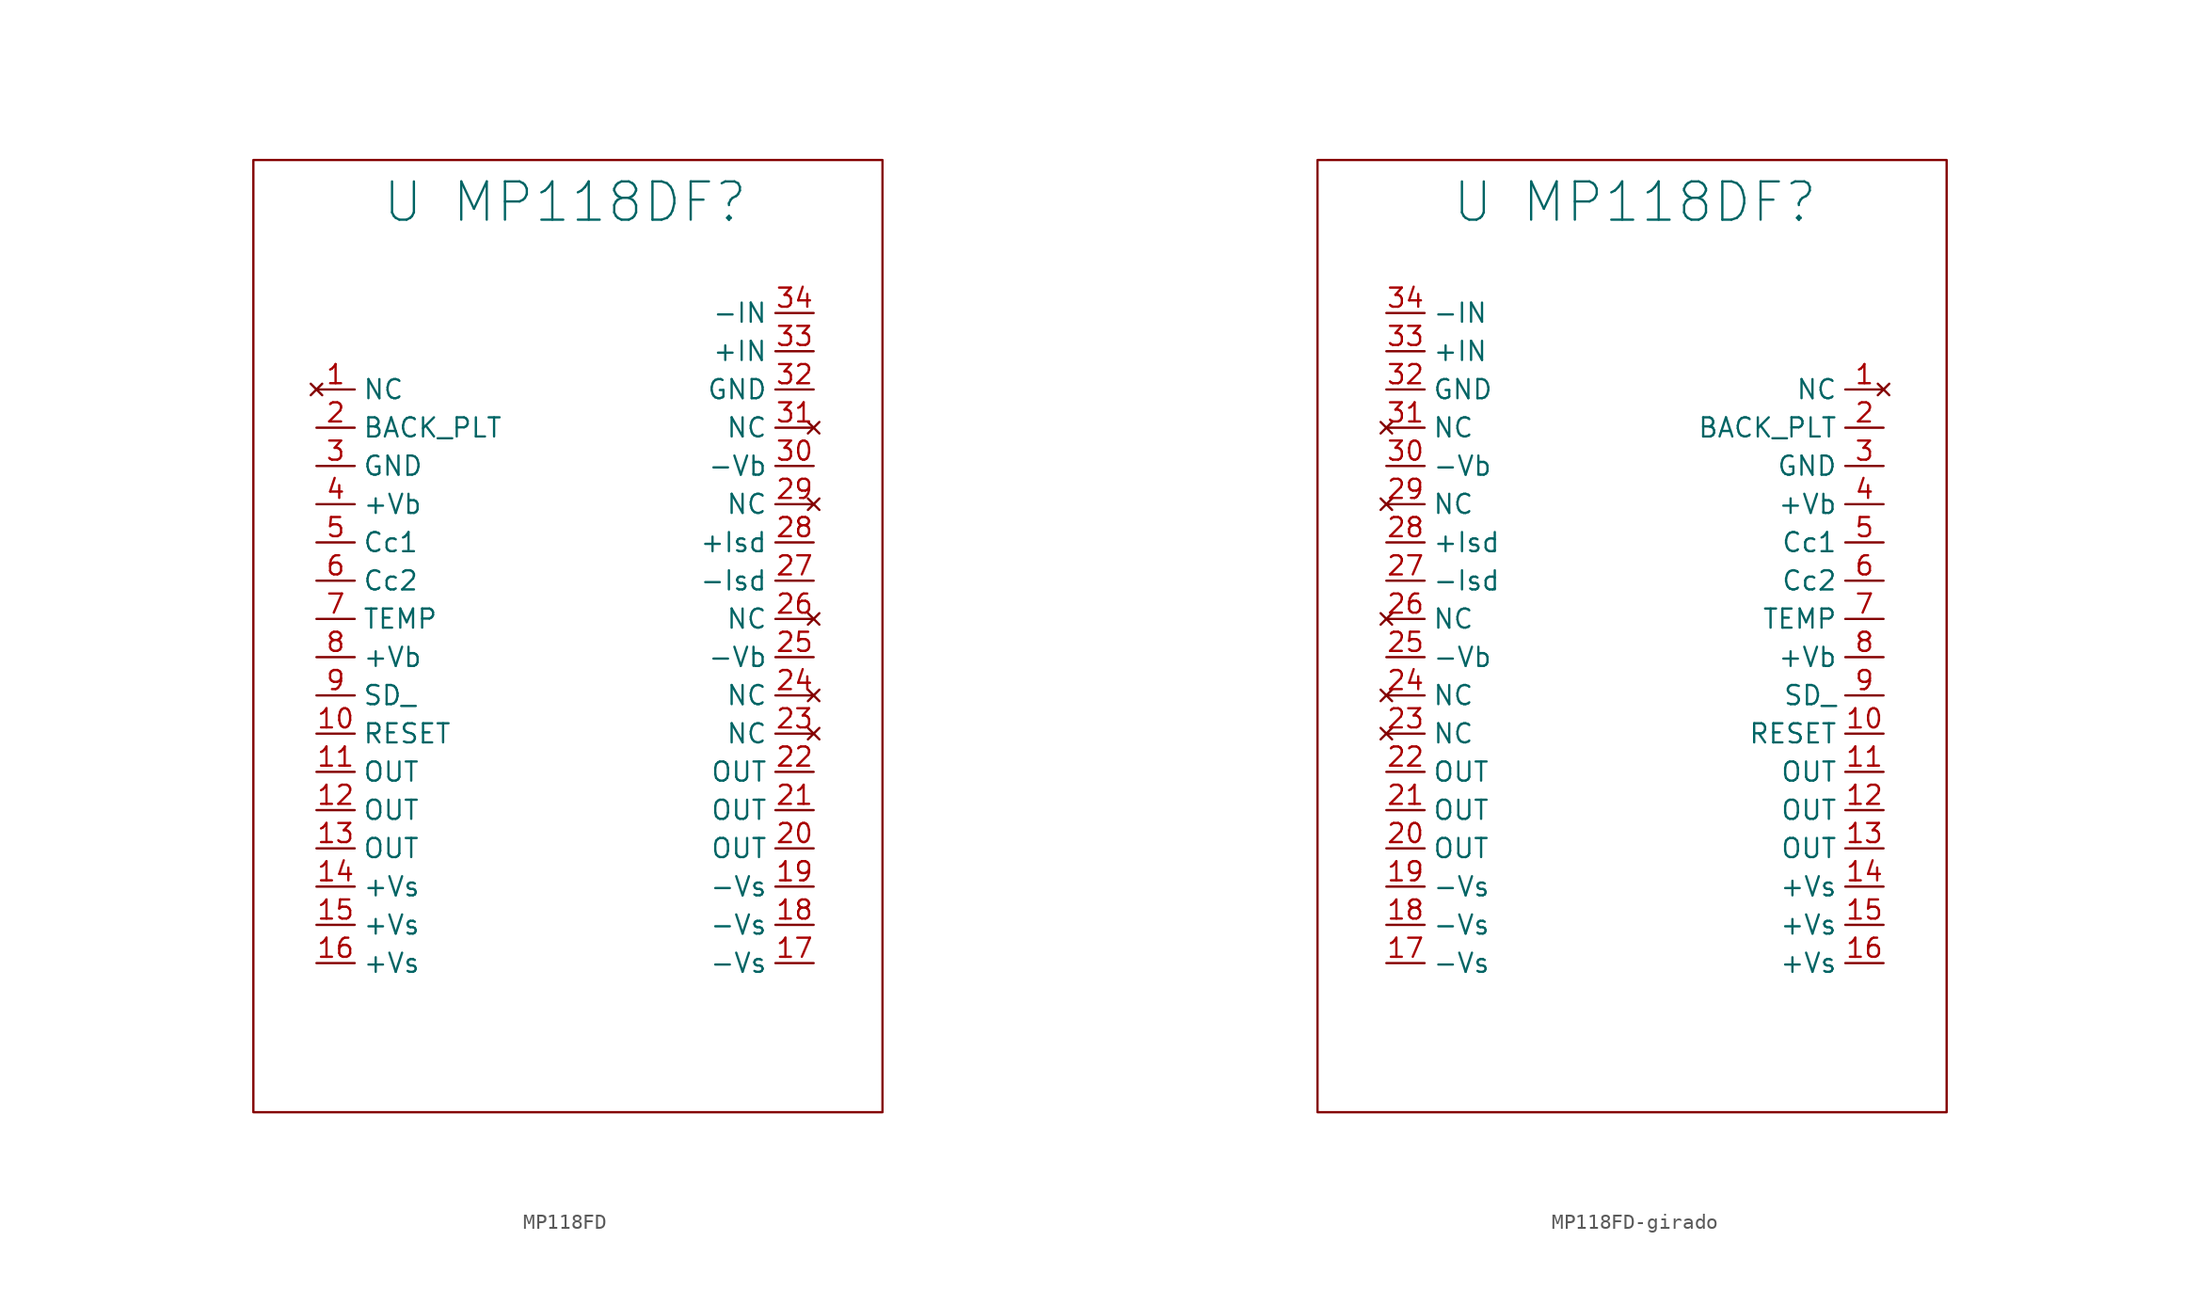
<source format=kicad_sym>
(kicad_symbol_lib
  (version 20241209)
  (generator "kicad_symbol_editor")
  (generator_version "9.0")
  (symbol "MP118FD"
    (property "Reference" "U MP118DF"
      (at 20.32 -2.794 0)
      (effects (font (face "KiCad Font") (size 2.54 2.54))))
    (property "Value" ""
      (at 0 0 0)
      (effects (font (size 1.27 1.27))))
    (symbol "MP118FD_0_1"
      (rectangle (start -0.381 0) (end 41.402 -63.246) (stroke (width 0) (type default)) (fill (type none))))
    (symbol "MP118FD_1_1"
      (polyline private (pts (xy -7.62 -31.75) (xy 48.26 -31.75)) (stroke (width 0) (type dash_dot)) (fill (type none)))
      (polyline private (pts (xy 3.81 -6.35) (xy 36.83 -6.35)) (stroke (width 0) (type solid)) (fill (type none)))
      (pin no_connect line (at 3.81 -15.24 0) (length 2.54) (name "NC" (effects (font (size 1.27 1.27)))) (number "1" (effects (font (size 1.27 1.27)))))
      (pin passive line (at 3.81 -17.78 0) (length 2.54) (name "BACK_PLT" (effects (font (size 1.27 1.27)))) (number "2" (effects (font (size 1.27 1.27)))))
      (pin input line (at 3.81 -20.32 0) (length 2.54) (name "GND" (effects (font (size 1.27 1.27)))) (number "3" (effects (font (size 1.27 1.27)))))
      (pin input line (at 3.81 -22.86 0) (length 2.54) (name "+Vb" (effects (font (size 1.27 1.27)))) (number "4" (effects (font (size 1.27 1.27)))))
      (pin input line (at 3.81 -25.4 0) (length 2.54) (name "Cc1" (effects (font (size 1.27 1.27)))) (number "5" (effects (font (size 1.27 1.27)))))
      (pin input line (at 3.81 -27.94 0) (length 2.54) (name "Cc2" (effects (font (size 1.27 1.27)))) (number "6" (effects (font (size 1.27 1.27)))))
      (pin output line (at 3.81 -30.48 0) (length 2.54) (name "TEMP" (effects (font (size 1.27 1.27)))) (number "7" (effects (font (size 1.27 1.27)))))
      (pin input line (at 3.81 -33.02 0) (length 2.54) (name "+Vb" (effects (font (size 1.27 1.27)))) (number "8" (effects (font (size 1.27 1.27)))))
      (pin input line (at 3.81 -35.56 0) (length 2.54) (name "SD_" (effects (font (size 1.27 1.27)))) (number "9" (effects (font (size 1.27 1.27)))))
      (pin input line (at 3.81 -38.1 0) (length 2.54) (name "RESET" (effects (font (size 1.27 1.27)))) (number "10" (effects (font (size 1.27 1.27)))))
      (pin output line (at 3.81 -40.64 0) (length 2.54) (name "OUT" (effects (font (size 1.27 1.27)))) (number "11" (effects (font (size 1.27 1.27)))))
      (pin output line (at 3.81 -43.18 0) (length 2.54) (name "OUT" (effects (font (size 1.27 1.27)))) (number "12" (effects (font (size 1.27 1.27)))))
      (pin output line (at 3.81 -45.72 0) (length 2.54) (name "OUT" (effects (font (size 1.27 1.27)))) (number "13" (effects (font (size 1.27 1.27)))))
      (pin power_in line (at 3.81 -48.26 0) (length 2.54) (name "+Vs" (effects (font (size 1.27 1.27)))) (number "14" (effects (font (size 1.27 1.27)))))
      (pin power_in line (at 3.81 -50.8 0) (length 2.54) (name "+Vs" (effects (font (size 1.27 1.27)))) (number "15" (effects (font (size 1.27 1.27)))))
      (pin power_in line (at 3.81 -53.34 0) (length 2.54) (name "+Vs" (effects (font (size 1.27 1.27)))) (number "16" (effects (font (size 1.27 1.27)))))
      (pin input line (at 36.83 -10.16 180) (length 2.54) (name "-IN" (effects (font (size 1.27 1.27)))) (number "34" (effects (font (size 1.27 1.27)))))
      (pin input line (at 36.83 -12.7 180) (length 2.54) (name "+IN" (effects (font (size 1.27 1.27)))) (number "33" (effects (font (size 1.27 1.27)))))
      (pin input line (at 36.83 -15.24 180) (length 2.54) (name "GND" (effects (font (size 1.27 1.27)))) (number "32" (effects (font (size 1.27 1.27)))))
      (pin no_connect line (at 36.83 -17.78 180) (length 2.54) (name "NC" (effects (font (size 1.27 1.27)))) (number "31" (effects (font (size 1.27 1.27)))))
      (pin input line (at 36.83 -20.32 180) (length 2.54) (name "-Vb" (effects (font (size 1.27 1.27)))) (number "30" (effects (font (size 1.27 1.27)))))
      (pin no_connect line (at 36.83 -22.86 180) (length 2.54) (name "NC" (effects (font (size 1.27 1.27)))) (number "29" (effects (font (size 1.27 1.27)))))
      (pin input line (at 36.83 -25.4 180) (length 2.54) (name "+Isd" (effects (font (size 1.27 1.27)))) (number "28" (effects (font (size 1.27 1.27)))))
      (pin input line (at 36.83 -27.94 180) (length 2.54) (name "-Isd" (effects (font (size 1.27 1.27)))) (number "27" (effects (font (size 1.27 1.27)))))
      (pin no_connect line (at 36.83 -30.48 180) (length 2.54) (name "NC" (effects (font (size 1.27 1.27)))) (number "26" (effects (font (size 1.27 1.27)))))
      (pin input line (at 36.83 -33.02 180) (length 2.54) (name "-Vb" (effects (font (size 1.27 1.27)))) (number "25" (effects (font (size 1.27 1.27)))))
      (pin no_connect line (at 36.83 -35.56 180) (length 2.54) (name "NC" (effects (font (size 1.27 1.27)))) (number "24" (effects (font (size 1.27 1.27)))))
      (pin no_connect line (at 36.83 -38.1 180) (length 2.54) (name "NC" (effects (font (size 1.27 1.27)))) (number "23" (effects (font (size 1.27 1.27)))))
      (pin output line (at 36.83 -40.64 180) (length 2.54) (name "OUT" (effects (font (size 1.27 1.27)))) (number "22" (effects (font (size 1.27 1.27)))))
      (pin output line (at 36.83 -43.18 180) (length 2.54) (name "OUT" (effects (font (size 1.27 1.27)))) (number "21" (effects (font (size 1.27 1.27)))))
      (pin output line (at 36.83 -45.72 180) (length 2.54) (name "OUT" (effects (font (size 1.27 1.27)))) (number "20" (effects (font (size 1.27 1.27)))))
      (pin power_in line (at 36.83 -48.26 180) (length 2.54) (name "-Vs" (effects (font (size 1.27 1.27)))) (number "19" (effects (font (size 1.27 1.27)))))
      (pin power_in line (at 36.83 -50.8 180) (length 2.54) (name "-Vs" (effects (font (size 1.27 1.27)))) (number "18" (effects (font (size 1.27 1.27)))))
      (pin power_in line (at 36.83 -53.34 180) (length 2.54) (name "-Vs" (effects (font (size 1.27 1.27)))) (number "17" (effects (font (size 1.27 1.27)))))))
  (symbol "MP118FD-girado"
    (property "Reference" "U MP118DF"
      (at 20.32 -2.794 0)
      (effects (font (face "KiCad Font") (size 2.54 2.54))))
    (property "Value" ""
      (at 0 0 0)
      (effects (font (size 1.27 1.27))))
    (symbol "MP118FD-girado_0_1"
      (rectangle (start 41.021 0) (end -0.762 -63.246) (stroke (width 0) (type default)) (fill (type none))))
    (symbol "MP118FD-girado_1_1"
      (polyline private (pts (xy 36.83 -6.35) (xy 3.81 -6.35)) (stroke (width 0) (type solid)) (fill (type none)))
      (polyline private (pts (xy 48.26 -31.75) (xy -7.62 -31.75)) (stroke (width 0) (type dash_dot)) (fill (type none)))
      (pin input line (at 3.81 -10.16 0) (length 2.54) (name "-IN" (effects (font (size 1.27 1.27)))) (number "34" (effects (font (size 1.27 1.27)))))
      (pin input line (at 3.81 -12.7 0) (length 2.54) (name "+IN" (effects (font (size 1.27 1.27)))) (number "33" (effects (font (size 1.27 1.27)))))
      (pin input line (at 3.81 -15.24 0) (length 2.54) (name "GND" (effects (font (size 1.27 1.27)))) (number "32" (effects (font (size 1.27 1.27)))))
      (pin no_connect line (at 3.81 -17.78 0) (length 2.54) (name "NC" (effects (font (size 1.27 1.27)))) (number "31" (effects (font (size 1.27 1.27)))))
      (pin input line (at 3.81 -20.32 0) (length 2.54) (name "-Vb" (effects (font (size 1.27 1.27)))) (number "30" (effects (font (size 1.27 1.27)))))
      (pin no_connect line (at 3.81 -22.86 0) (length 2.54) (name "NC" (effects (font (size 1.27 1.27)))) (number "29" (effects (font (size 1.27 1.27)))))
      (pin input line (at 3.81 -25.4 0) (length 2.54) (name "+Isd" (effects (font (size 1.27 1.27)))) (number "28" (effects (font (size 1.27 1.27)))))
      (pin input line (at 3.81 -27.94 0) (length 2.54) (name "-Isd" (effects (font (size 1.27 1.27)))) (number "27" (effects (font (size 1.27 1.27)))))
      (pin no_connect line (at 3.81 -30.48 0) (length 2.54) (name "NC" (effects (font (size 1.27 1.27)))) (number "26" (effects (font (size 1.27 1.27)))))
      (pin input line (at 3.81 -33.02 0) (length 2.54) (name "-Vb" (effects (font (size 1.27 1.27)))) (number "25" (effects (font (size 1.27 1.27)))))
      (pin no_connect line (at 3.81 -35.56 0) (length 2.54) (name "NC" (effects (font (size 1.27 1.27)))) (number "24" (effects (font (size 1.27 1.27)))))
      (pin no_connect line (at 3.81 -38.1 0) (length 2.54) (name "NC" (effects (font (size 1.27 1.27)))) (number "23" (effects (font (size 1.27 1.27)))))
      (pin output line (at 3.81 -40.64 0) (length 2.54) (name "OUT" (effects (font (size 1.27 1.27)))) (number "22" (effects (font (size 1.27 1.27)))))
      (pin output line (at 3.81 -43.18 0) (length 2.54) (name "OUT" (effects (font (size 1.27 1.27)))) (number "21" (effects (font (size 1.27 1.27)))))
      (pin output line (at 3.81 -45.72 0) (length 2.54) (name "OUT" (effects (font (size 1.27 1.27)))) (number "20" (effects (font (size 1.27 1.27)))))
      (pin power_in line (at 3.81 -48.26 0) (length 2.54) (name "-Vs" (effects (font (size 1.27 1.27)))) (number "19" (effects (font (size 1.27 1.27)))))
      (pin power_in line (at 3.81 -50.8 0) (length 2.54) (name "-Vs" (effects (font (size 1.27 1.27)))) (number "18" (effects (font (size 1.27 1.27)))))
      (pin power_in line (at 3.81 -53.34 0) (length 2.54) (name "-Vs" (effects (font (size 1.27 1.27)))) (number "17" (effects (font (size 1.27 1.27)))))
      (pin no_connect line (at 36.83 -15.24 180) (length 2.54) (name "NC" (effects (font (size 1.27 1.27)))) (number "1" (effects (font (size 1.27 1.27)))))
      (pin passive line (at 36.83 -17.78 180) (length 2.54) (name "BACK_PLT" (effects (font (size 1.27 1.27)))) (number "2" (effects (font (size 1.27 1.27)))))
      (pin input line (at 36.83 -20.32 180) (length 2.54) (name "GND" (effects (font (size 1.27 1.27)))) (number "3" (effects (font (size 1.27 1.27)))))
      (pin input line (at 36.83 -22.86 180) (length 2.54) (name "+Vb" (effects (font (size 1.27 1.27)))) (number "4" (effects (font (size 1.27 1.27)))))
      (pin input line (at 36.83 -25.4 180) (length 2.54) (name "Cc1" (effects (font (size 1.27 1.27)))) (number "5" (effects (font (size 1.27 1.27)))))
      (pin input line (at 36.83 -27.94 180) (length 2.54) (name "Cc2" (effects (font (size 1.27 1.27)))) (number "6" (effects (font (size 1.27 1.27)))))
      (pin output line (at 36.83 -30.48 180) (length 2.54) (name "TEMP" (effects (font (size 1.27 1.27)))) (number "7" (effects (font (size 1.27 1.27)))))
      (pin input line (at 36.83 -33.02 180) (length 2.54) (name "+Vb" (effects (font (size 1.27 1.27)))) (number "8" (effects (font (size 1.27 1.27)))))
      (pin input line (at 36.83 -35.56 180) (length 2.54) (name "SD_" (effects (font (size 1.27 1.27)))) (number "9" (effects (font (size 1.27 1.27)))))
      (pin input line (at 36.83 -38.1 180) (length 2.54) (name "RESET" (effects (font (size 1.27 1.27)))) (number "10" (effects (font (size 1.27 1.27)))))
      (pin output line (at 36.83 -40.64 180) (length 2.54) (name "OUT" (effects (font (size 1.27 1.27)))) (number "11" (effects (font (size 1.27 1.27)))))
      (pin output line (at 36.83 -43.18 180) (length 2.54) (name "OUT" (effects (font (size 1.27 1.27)))) (number "12" (effects (font (size 1.27 1.27)))))
      (pin output line (at 36.83 -45.72 180) (length 2.54) (name "OUT" (effects (font (size 1.27 1.27)))) (number "13" (effects (font (size 1.27 1.27)))))
      (pin power_in line (at 36.83 -48.26 180) (length 2.54) (name "+Vs" (effects (font (size 1.27 1.27)))) (number "14" (effects (font (size 1.27 1.27)))))
      (pin power_in line (at 36.83 -50.8 180) (length 2.54) (name "+Vs" (effects (font (size 1.27 1.27)))) (number "15" (effects (font (size 1.27 1.27)))))
      (pin power_in line (at 36.83 -53.34 180) (length 2.54) (name "+Vs" (effects (font (size 1.27 1.27)))) (number "16" (effects (font (size 1.27 1.27))))))))
</source>
